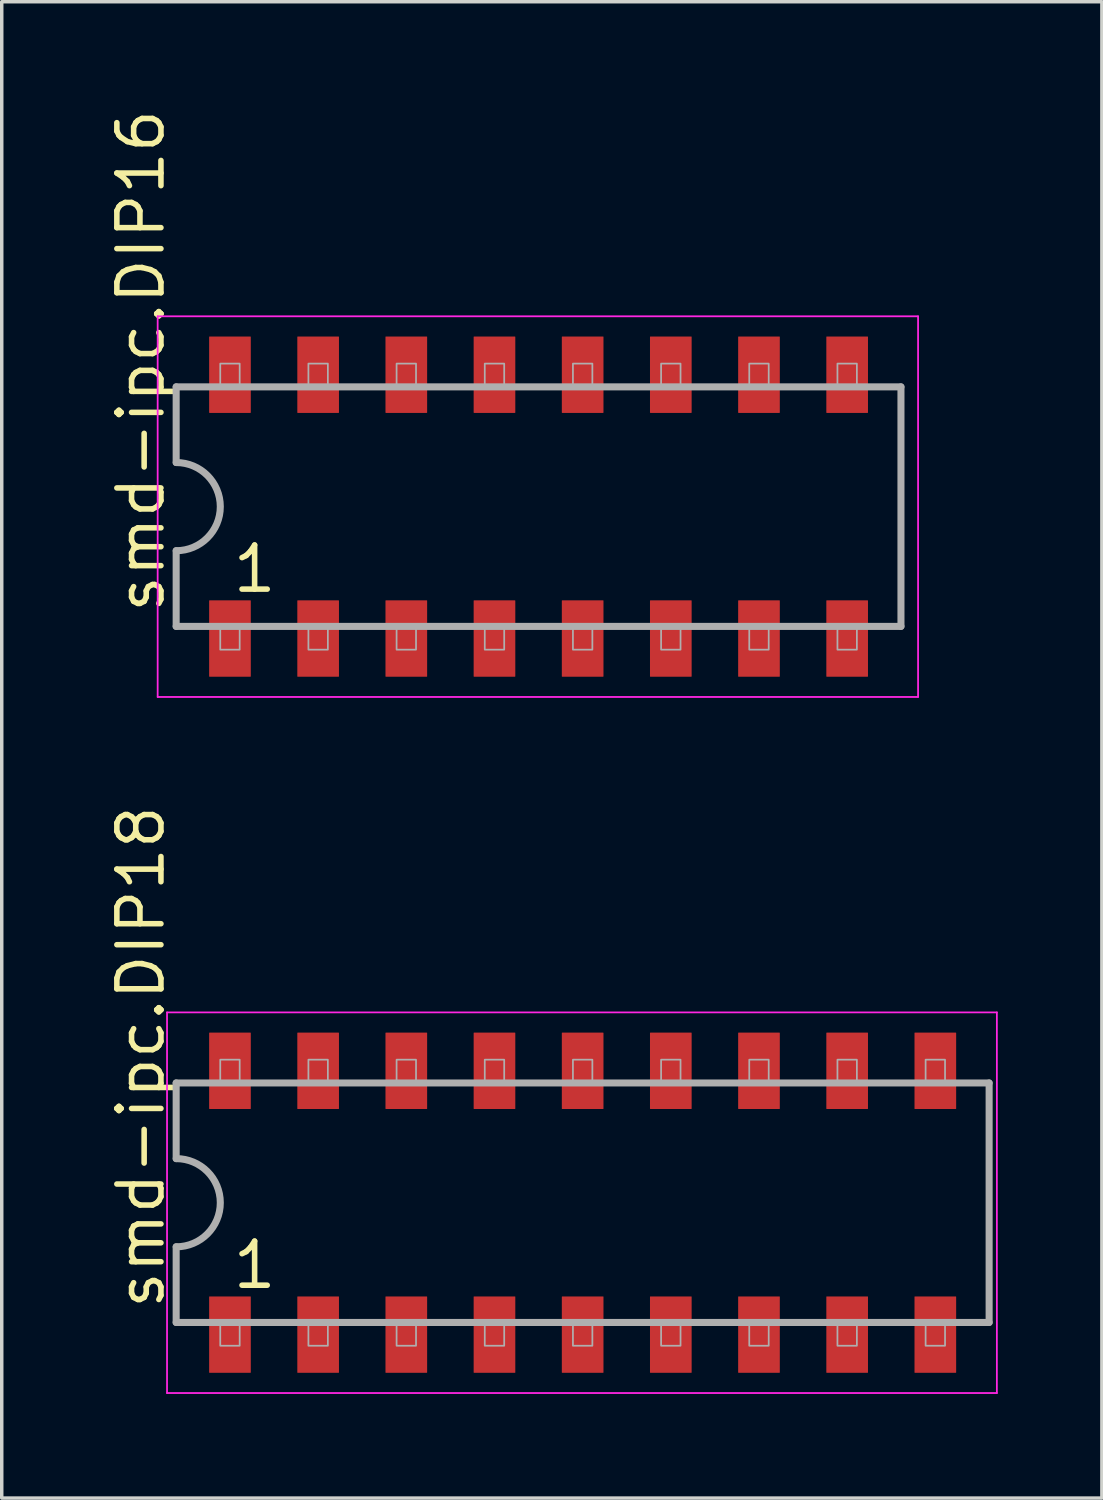
<source format=kicad_pcb>
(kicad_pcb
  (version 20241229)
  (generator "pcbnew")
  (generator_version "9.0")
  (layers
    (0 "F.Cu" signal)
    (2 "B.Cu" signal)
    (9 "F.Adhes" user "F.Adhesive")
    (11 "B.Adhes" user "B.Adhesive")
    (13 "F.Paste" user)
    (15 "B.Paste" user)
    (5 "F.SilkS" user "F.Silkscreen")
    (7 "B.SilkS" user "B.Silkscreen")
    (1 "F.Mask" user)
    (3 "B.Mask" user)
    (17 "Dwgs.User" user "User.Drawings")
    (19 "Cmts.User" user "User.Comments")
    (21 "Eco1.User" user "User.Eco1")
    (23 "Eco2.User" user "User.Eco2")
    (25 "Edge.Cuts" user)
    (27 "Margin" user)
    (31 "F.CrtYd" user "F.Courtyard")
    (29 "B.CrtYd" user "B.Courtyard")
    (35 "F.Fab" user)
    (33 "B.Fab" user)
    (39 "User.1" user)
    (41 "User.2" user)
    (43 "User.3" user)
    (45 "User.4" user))
  (footprint "smd-ipc.DIP18"
    (layer "F.Cu")
    (at 13.735 31.598)
    (property "Reference" "smd-ipc.DIP18" (at -11.985 3.135 90) (layer "F.SilkS") (effects (font (size 1.27 1.27) (thickness 0.16)) (justify left bottom)))
    (attr smd)
    (fp_line (start -11.973 -5.483) (end 11.933 -5.483) (stroke (width 0.051) (type default)) (layer "F.CrtYd"))
    (fp_line (start -11.973 5.483) (end -11.973 -5.483) (stroke (width 0.051) (type default)) (layer "F.CrtYd"))
    (fp_line (start 11.933 -5.483) (end 11.933 5.483) (stroke (width 0.051) (type default)) (layer "F.CrtYd"))
    (fp_line (start 11.933 5.483) (end -11.973 5.483) (stroke (width 0.051) (type default)) (layer "F.CrtYd"))
    (fp_line (start -11.71 -3.45) (end -11.71 -1.27) (stroke (width 0.203) (type default)) (layer "F.Fab"))
    (fp_line (start -11.71 1.27) (end -11.71 3.45) (stroke (width 0.203) (type default)) (layer "F.Fab"))
    (fp_line (start -11.71 3.45) (end 11.71 3.45) (stroke (width 0.203) (type default)) (layer "F.Fab"))
    (fp_line (start 11.71 -3.45) (end -11.71 -3.45) (stroke (width 0.203) (type default)) (layer "F.Fab"))
    (fp_line (start 11.71 3.45) (end 11.71 -3.45) (stroke (width 0.203) (type default)) (layer "F.Fab"))
    (fp_rect (start -10.44 -3.45) (end -9.88 -4.12) (stroke (width 0.05) (type default)) (fill no) (layer "F.Fab"))
    (fp_rect (start -10.44 4.12) (end -9.88 3.45) (stroke (width 0.05) (type default)) (fill no) (layer "F.Fab"))
    (fp_rect (start -7.9 -3.45) (end -7.34 -4.12) (stroke (width 0.05) (type default)) (fill no) (layer "F.Fab"))
    (fp_rect (start -7.9 4.12) (end -7.34 3.45) (stroke (width 0.05) (type default)) (fill no) (layer "F.Fab"))
    (fp_rect (start -5.36 -3.45) (end -4.8 -4.12) (stroke (width 0.05) (type default)) (fill no) (layer "F.Fab"))
    (fp_rect (start -5.36 4.12) (end -4.8 3.45) (stroke (width 0.05) (type default)) (fill no) (layer "F.Fab"))
    (fp_rect (start -2.82 -3.45) (end -2.26 -4.12) (stroke (width 0.05) (type default)) (fill no) (layer "F.Fab"))
    (fp_rect (start -2.82 4.12) (end -2.26 3.45) (stroke (width 0.05) (type default)) (fill no) (layer "F.Fab"))
    (fp_rect (start -0.28 -3.45) (end 0.28 -4.12) (stroke (width 0.05) (type default)) (fill no) (layer "F.Fab"))
    (fp_rect (start -0.28 4.12) (end 0.28 3.45) (stroke (width 0.05) (type default)) (fill no) (layer "F.Fab"))
    (fp_rect (start 2.26 -3.45) (end 2.82 -4.12) (stroke (width 0.05) (type default)) (fill no) (layer "F.Fab"))
    (fp_rect (start 2.26 4.12) (end 2.82 3.45) (stroke (width 0.05) (type default)) (fill no) (layer "F.Fab"))
    (fp_rect (start 4.8 -3.45) (end 5.36 -4.12) (stroke (width 0.05) (type default)) (fill no) (layer "F.Fab"))
    (fp_rect (start 4.8 4.12) (end 5.36 3.45) (stroke (width 0.05) (type default)) (fill no) (layer "F.Fab"))
    (fp_rect (start 7.34 -3.45) (end 7.9 -4.12) (stroke (width 0.05) (type default)) (fill no) (layer "F.Fab"))
    (fp_rect (start 7.34 4.12) (end 7.9 3.45) (stroke (width 0.05) (type default)) (fill no) (layer "F.Fab"))
    (fp_rect (start 9.88 -3.45) (end 10.44 -4.12) (stroke (width 0.05) (type default)) (fill no) (layer "F.Fab"))
    (fp_rect (start 9.88 4.12) (end 10.44 3.45) (stroke (width 0.05) (type default)) (fill no) (layer "F.Fab"))
    (fp_arc (start -11.7084 -1.27) (mid -10.4384 0) (end -11.7084 1.27) (stroke (width 0.2032) (type default)) (layer "F.Fab"))
    (fp_text user "1" (at -10.16 2.54 0) (layer "F.SilkS") (effects (font (size 1.27 1.27) (thickness 0.16)) (justify left bottom)))
    (pad "1" smd roundrect (at -10.16 3.8) (size 1.2 2.2) (layers "F.Cu" "F.Mask" "F.Paste") (roundrect_rratio 0.01))
    (pad "2" smd roundrect (at -7.62 3.8) (size 1.2 2.2) (layers "F.Cu" "F.Mask" "F.Paste") (roundrect_rratio 0.01))
    (pad "3" smd roundrect (at -5.08 3.8) (size 1.2 2.2) (layers "F.Cu" "F.Mask" "F.Paste") (roundrect_rratio 0.01))
    (pad "4" smd roundrect (at -2.54 3.8) (size 1.2 2.2) (layers "F.Cu" "F.Mask" "F.Paste") (roundrect_rratio 0.01))
    (pad "5" smd roundrect (at 0 3.8) (size 1.2 2.2) (layers "F.Cu" "F.Mask" "F.Paste") (roundrect_rratio 0.01))
    (pad "6" smd roundrect (at 2.54 3.8) (size 1.2 2.2) (layers "F.Cu" "F.Mask" "F.Paste") (roundrect_rratio 0.01))
    (pad "7" smd roundrect (at 5.08 3.8) (size 1.2 2.2) (layers "F.Cu" "F.Mask" "F.Paste") (roundrect_rratio 0.01))
    (pad "8" smd roundrect (at 7.62 3.8) (size 1.2 2.2) (layers "F.Cu" "F.Mask" "F.Paste") (roundrect_rratio 0.01))
    (pad "9" smd roundrect (at 10.16 3.8) (size 1.2 2.2) (layers "F.Cu" "F.Mask" "F.Paste") (roundrect_rratio 0.01))
    (pad "10" smd roundrect (at 10.16 -3.8) (size 1.2 2.2) (layers "F.Cu" "F.Mask" "F.Paste") (roundrect_rratio 0.01))
    (pad "11" smd roundrect (at 7.62 -3.8) (size 1.2 2.2) (layers "F.Cu" "F.Mask" "F.Paste") (roundrect_rratio 0.01))
    (pad "12" smd roundrect (at 5.08 -3.8) (size 1.2 2.2) (layers "F.Cu" "F.Mask" "F.Paste") (roundrect_rratio 0.01))
    (pad "13" smd roundrect (at 2.54 -3.8) (size 1.2 2.2) (layers "F.Cu" "F.Mask" "F.Paste") (roundrect_rratio 0.01))
    (pad "14" smd roundrect (at 0 -3.8) (size 1.2 2.2) (layers "F.Cu" "F.Mask" "F.Paste") (roundrect_rratio 0.01))
    (pad "15" smd roundrect (at -2.54 -3.8) (size 1.2 2.2) (layers "F.Cu" "F.Mask" "F.Paste") (roundrect_rratio 0.01))
    (pad "16" smd roundrect (at -5.08 -3.8) (size 1.2 2.2) (layers "F.Cu" "F.Mask" "F.Paste") (roundrect_rratio 0.01))
    (pad "17" smd roundrect (at -7.62 -3.8) (size 1.2 2.2) (layers "F.Cu" "F.Mask" "F.Paste") (roundrect_rratio 0.01))
    (pad "18" smd roundrect (at -10.16 -3.8) (size 1.2 2.2) (layers "F.Cu" "F.Mask" "F.Paste") (roundrect_rratio 0.01)))
  (footprint "smd-ipc.DIP16"
    (layer "F.Cu")
    (at 12.465 11.545)
    (property "Reference" "smd-ipc.DIP16" (at -10.715 3.135 90) (layer "F.SilkS") (effects (font (size 1.27 1.27) (thickness 0.16)) (justify left bottom)))
    (attr smd)
    (fp_line (start -10.973 -5.483) (end 10.933 -5.483) (stroke (width 0.051) (type default)) (layer "F.CrtYd"))
    (fp_line (start -10.973 5.483) (end -10.973 -5.483) (stroke (width 0.051) (type default)) (layer "F.CrtYd"))
    (fp_line (start 10.933 -5.483) (end 10.933 5.483) (stroke (width 0.051) (type default)) (layer "F.CrtYd"))
    (fp_line (start 10.933 5.483) (end -10.973 5.483) (stroke (width 0.051) (type default)) (layer "F.CrtYd"))
    (fp_line (start -10.44 -3.45) (end -10.44 -1.27) (stroke (width 0.203) (type default)) (layer "F.Fab"))
    (fp_line (start -10.44 1.27) (end -10.44 3.45) (stroke (width 0.203) (type default)) (layer "F.Fab"))
    (fp_line (start -10.44 3.45) (end 10.44 3.45) (stroke (width 0.203) (type default)) (layer "F.Fab"))
    (fp_line (start 10.44 -3.45) (end -10.44 -3.45) (stroke (width 0.203) (type default)) (layer "F.Fab"))
    (fp_line (start 10.44 3.45) (end 10.44 -3.45) (stroke (width 0.203) (type default)) (layer "F.Fab"))
    (fp_rect (start -9.17 -3.45) (end -8.61 -4.12) (stroke (width 0.05) (type default)) (fill no) (layer "F.Fab"))
    (fp_rect (start -9.17 4.12) (end -8.61 3.45) (stroke (width 0.05) (type default)) (fill no) (layer "F.Fab"))
    (fp_rect (start -6.63 -3.45) (end -6.07 -4.12) (stroke (width 0.05) (type default)) (fill no) (layer "F.Fab"))
    (fp_rect (start -6.63 4.12) (end -6.07 3.45) (stroke (width 0.05) (type default)) (fill no) (layer "F.Fab"))
    (fp_rect (start -4.09 -3.45) (end -3.53 -4.12) (stroke (width 0.05) (type default)) (fill no) (layer "F.Fab"))
    (fp_rect (start -4.09 4.12) (end -3.53 3.45) (stroke (width 0.05) (type default)) (fill no) (layer "F.Fab"))
    (fp_rect (start -1.55 -3.45) (end -0.99 -4.12) (stroke (width 0.05) (type default)) (fill no) (layer "F.Fab"))
    (fp_rect (start -1.55 4.12) (end -0.99 3.45) (stroke (width 0.05) (type default)) (fill no) (layer "F.Fab"))
    (fp_rect (start 0.99 -3.45) (end 1.55 -4.12) (stroke (width 0.05) (type default)) (fill no) (layer "F.Fab"))
    (fp_rect (start 0.99 4.12) (end 1.55 3.45) (stroke (width 0.05) (type default)) (fill no) (layer "F.Fab"))
    (fp_rect (start 3.53 -3.45) (end 4.09 -4.12) (stroke (width 0.05) (type default)) (fill no) (layer "F.Fab"))
    (fp_rect (start 3.53 4.12) (end 4.09 3.45) (stroke (width 0.05) (type default)) (fill no) (layer "F.Fab"))
    (fp_rect (start 6.07 -3.45) (end 6.63 -4.12) (stroke (width 0.05) (type default)) (fill no) (layer "F.Fab"))
    (fp_rect (start 6.07 4.12) (end 6.63 3.45) (stroke (width 0.05) (type default)) (fill no) (layer "F.Fab"))
    (fp_rect (start 8.61 -3.45) (end 9.17 -4.12) (stroke (width 0.05) (type default)) (fill no) (layer "F.Fab"))
    (fp_rect (start 8.61 4.12) (end 9.17 3.45) (stroke (width 0.05) (type default)) (fill no) (layer "F.Fab"))
    (fp_arc (start -10.4384 -1.27) (mid -9.1684 0) (end -10.4384 1.27) (stroke (width 0.2032) (type default)) (layer "F.Fab"))
    (fp_text user "1" (at -8.89 2.54 0) (layer "F.SilkS") (effects (font (size 1.27 1.27) (thickness 0.16)) (justify left bottom)))
    (pad "1" smd roundrect (at -8.89 3.8) (size 1.2 2.2) (layers "F.Cu" "F.Mask" "F.Paste") (roundrect_rratio 0.01))
    (pad "2" smd roundrect (at -6.35 3.8) (size 1.2 2.2) (layers "F.Cu" "F.Mask" "F.Paste") (roundrect_rratio 0.01))
    (pad "3" smd roundrect (at -3.81 3.8) (size 1.2 2.2) (layers "F.Cu" "F.Mask" "F.Paste") (roundrect_rratio 0.01))
    (pad "4" smd roundrect (at -1.27 3.8) (size 1.2 2.2) (layers "F.Cu" "F.Mask" "F.Paste") (roundrect_rratio 0.01))
    (pad "5" smd roundrect (at 1.27 3.8) (size 1.2 2.2) (layers "F.Cu" "F.Mask" "F.Paste") (roundrect_rratio 0.01))
    (pad "6" smd roundrect (at 3.81 3.8) (size 1.2 2.2) (layers "F.Cu" "F.Mask" "F.Paste") (roundrect_rratio 0.01))
    (pad "7" smd roundrect (at 6.35 3.8) (size 1.2 2.2) (layers "F.Cu" "F.Mask" "F.Paste") (roundrect_rratio 0.01))
    (pad "8" smd roundrect (at 8.89 3.8) (size 1.2 2.2) (layers "F.Cu" "F.Mask" "F.Paste") (roundrect_rratio 0.01))
    (pad "9" smd roundrect (at 8.89 -3.8) (size 1.2 2.2) (layers "F.Cu" "F.Mask" "F.Paste") (roundrect_rratio 0.01))
    (pad "10" smd roundrect (at 6.35 -3.8) (size 1.2 2.2) (layers "F.Cu" "F.Mask" "F.Paste") (roundrect_rratio 0.01))
    (pad "11" smd roundrect (at 3.81 -3.8) (size 1.2 2.2) (layers "F.Cu" "F.Mask" "F.Paste") (roundrect_rratio 0.01))
    (pad "12" smd roundrect (at 1.27 -3.8) (size 1.2 2.2) (layers "F.Cu" "F.Mask" "F.Paste") (roundrect_rratio 0.01))
    (pad "13" smd roundrect (at -1.27 -3.8) (size 1.2 2.2) (layers "F.Cu" "F.Mask" "F.Paste") (roundrect_rratio 0.01))
    (pad "14" smd roundrect (at -3.81 -3.8) (size 1.2 2.2) (layers "F.Cu" "F.Mask" "F.Paste") (roundrect_rratio 0.01))
    (pad "15" smd roundrect (at -6.35 -3.8) (size 1.2 2.2) (layers "F.Cu" "F.Mask" "F.Paste") (roundrect_rratio 0.01))
    (pad "16" smd roundrect (at -8.89 -3.8) (size 1.2 2.2) (layers "F.Cu" "F.Mask" "F.Paste") (roundrect_rratio 0.01)))
  (gr_rect
    (start -3 -3)
    (end 28.693 40.106)
    (stroke (width 0.1) (type default))
    (fill no)
    (layer "Edge.Cuts")))
</source>
